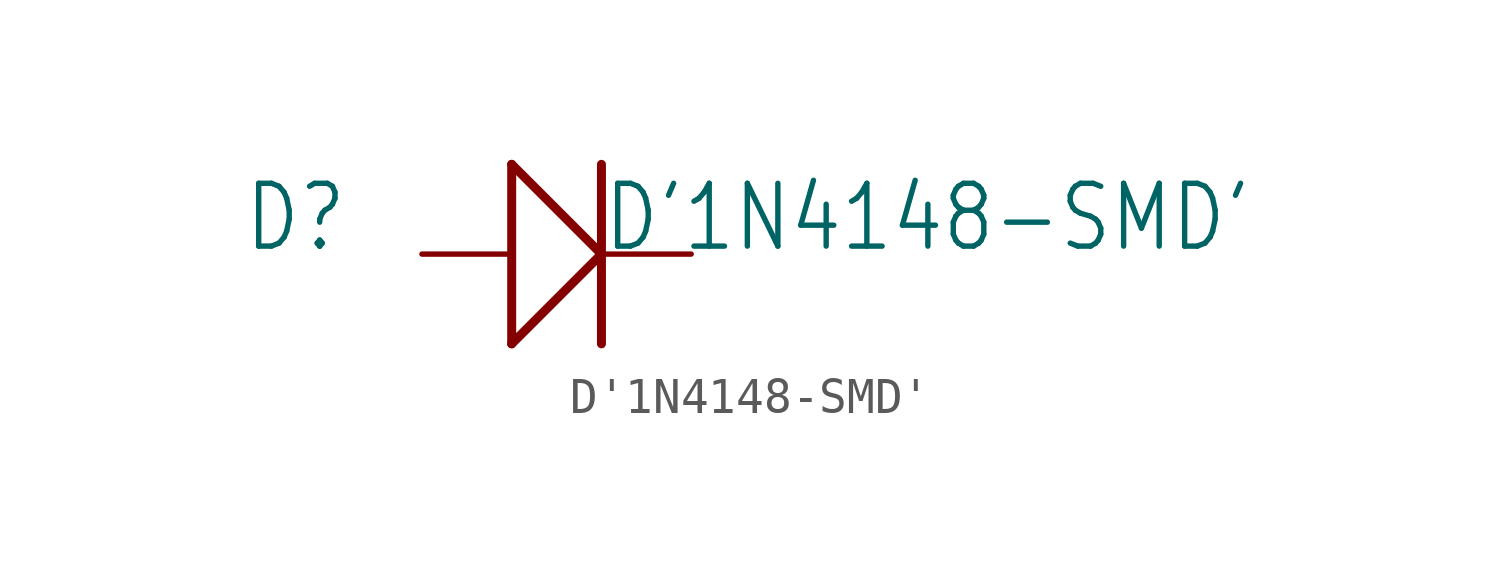
<source format=kicad_sym>
(kicad_symbol_lib
  (version 20211014)
  (generator kicad_symbol_editor)
  (symbol "D'1N4148-SMD'"
    (property "Reference" "D"
      (at -8.89 0 0)
      (effects (font (size 1.778 1.511)) (justify left bottom)))
    (property "Value" "D'1N4148-SMD'"
      (at 1.27 0 0)
      (effects (font (size 1.778 1.511)) (justify left bottom)))
    (property "ki_locked" ""
      (at 0 0 0)
      (effects (font (size 1.27 1.27))))
    (symbol "D'1N4148-SMD'_1_0"
      (polyline (pts (xy -1.27 -2.54) (xy -1.27 2.54)) (stroke (width 0.254) (type default) (color 0 0 0 0)) (fill (type none)))
      (polyline (pts (xy -1.27 -2.54) (xy 1.27 0)) (stroke (width 0.254) (type default) (color 0 0 0 0)) (fill (type none)))
      (polyline (pts (xy -1.27 2.54) (xy 1.27 0)) (stroke (width 0.254) (type default) (color 0 0 0 0)) (fill (type none)))
      (polyline (pts (xy 1.27 2.54) (xy 1.27 -2.54)) (stroke (width 0.254) (type default) (color 0 0 0 0)) (fill (type none)))
      (pin passive line (at -3.81 0 0) (length 2.54) (name "+" (effects (font (size 0 0)))) (number "A" (effects (font (size 0 0)))))
      (pin passive line (at 3.81 0 180) (length 2.54) (name "-" (effects (font (size 0 0)))) (number "C" (effects (font (size 0 0))))))))
</source>
